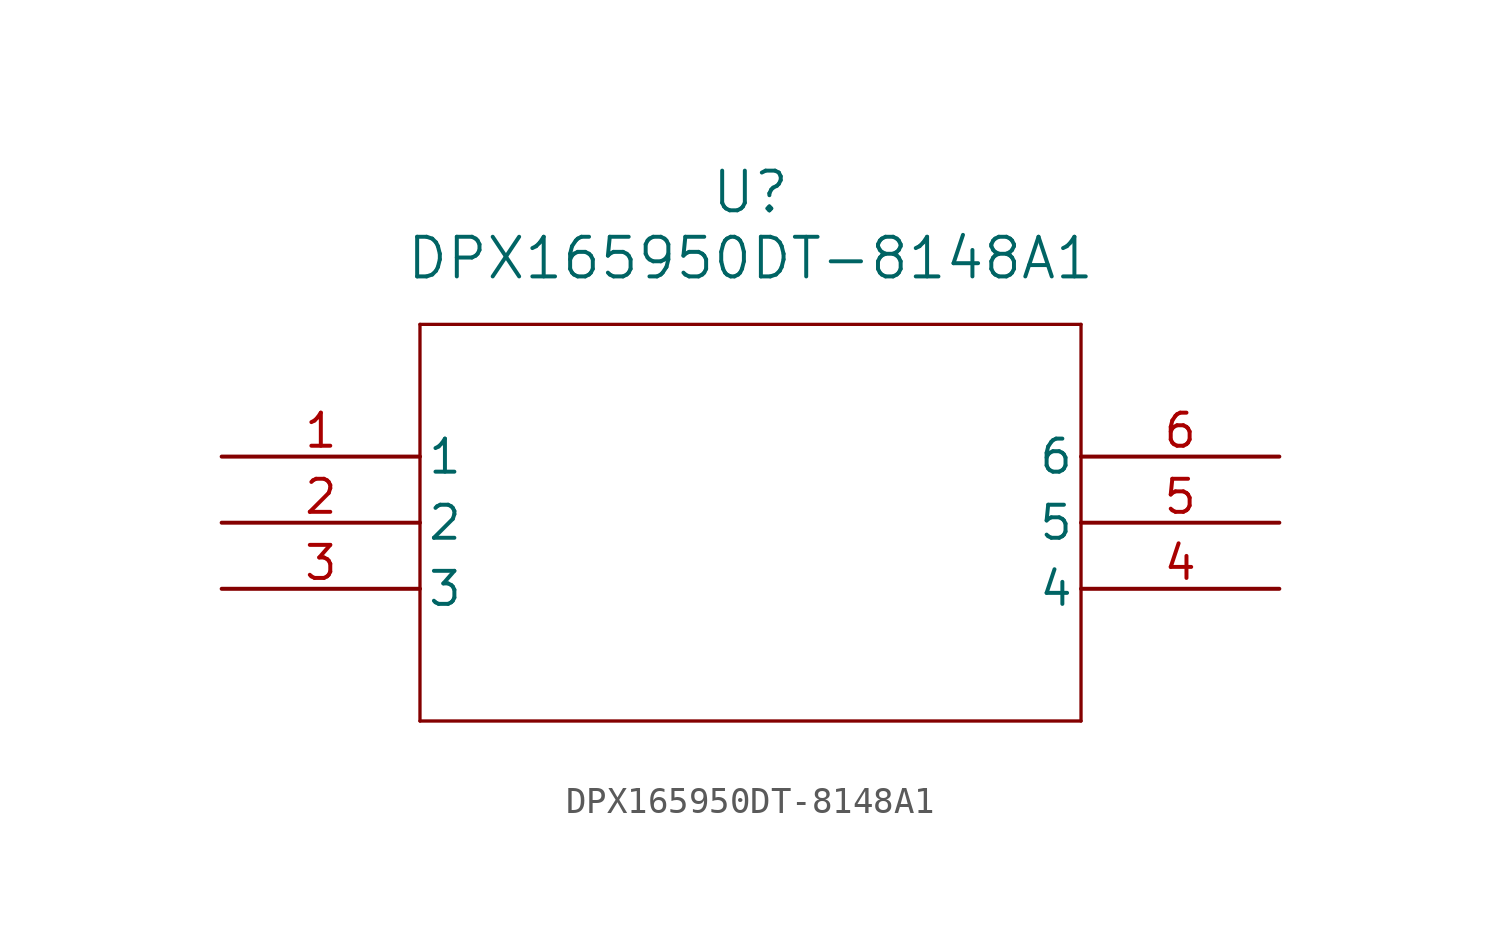
<source format=kicad_sym>
(kicad_symbol_lib
  (version 20231120)
  (generator "kicad_symbol_editor")
  (generator_version "8.0")
  (symbol "DPX165950DT-8148A1"
    (pin_names
      (offset 0.254))
    (property "Reference" "U"
      (at 20.32 10.16 0)
      (effects (font (size 1.524 1.524))))
    (property "Value" "DPX165950DT-8148A1"
      (at 20.32 7.62 0)
      (effects (font (size 1.524 1.524))))
    (symbol "DPX165950DT-8148A1_0_1"
      (polyline (pts (xy 7.62 -10.16) (xy 33.02 -10.16)) (stroke (width 0.127) (type default)) (fill (type none)))
      (polyline (pts (xy 7.62 5.08) (xy 7.62 -10.16)) (stroke (width 0.127) (type default)) (fill (type none)))
      (polyline (pts (xy 33.02 -10.16) (xy 33.02 5.08)) (stroke (width 0.127) (type default)) (fill (type none)))
      (polyline (pts (xy 33.02 5.08) (xy 7.62 5.08)) (stroke (width 0.127) (type default)) (fill (type none)))
      (pin unspecified line (at 0 0 0) (length 7.62) (name "1" (effects (font (size 1.27 1.27)))) (number "1" (effects (font (size 1.27 1.27)))))
      (pin unspecified line (at 0 -2.54 0) (length 7.62) (name "2" (effects (font (size 1.27 1.27)))) (number "2" (effects (font (size 1.27 1.27)))))
      (pin unspecified line (at 0 -5.08 0) (length 7.62) (name "3" (effects (font (size 1.27 1.27)))) (number "3" (effects (font (size 1.27 1.27)))))
      (pin unspecified line (at 40.64 -5.08 180) (length 7.62) (name "4" (effects (font (size 1.27 1.27)))) (number "4" (effects (font (size 1.27 1.27)))))
      (pin unspecified line (at 40.64 -2.54 180) (length 7.62) (name "5" (effects (font (size 1.27 1.27)))) (number "5" (effects (font (size 1.27 1.27)))))
      (pin unspecified line (at 40.64 0 180) (length 7.62) (name "6" (effects (font (size 1.27 1.27)))) (number "6" (effects (font (size 1.27 1.27))))))))
</source>
